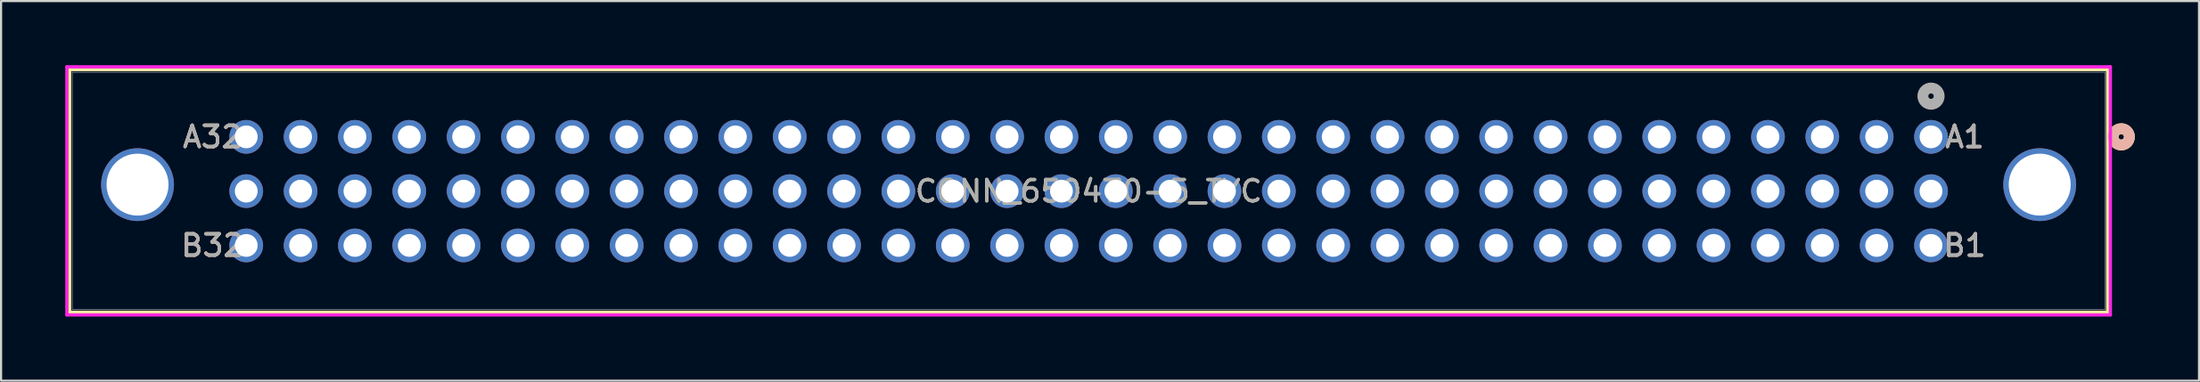
<source format=kicad_pcb>
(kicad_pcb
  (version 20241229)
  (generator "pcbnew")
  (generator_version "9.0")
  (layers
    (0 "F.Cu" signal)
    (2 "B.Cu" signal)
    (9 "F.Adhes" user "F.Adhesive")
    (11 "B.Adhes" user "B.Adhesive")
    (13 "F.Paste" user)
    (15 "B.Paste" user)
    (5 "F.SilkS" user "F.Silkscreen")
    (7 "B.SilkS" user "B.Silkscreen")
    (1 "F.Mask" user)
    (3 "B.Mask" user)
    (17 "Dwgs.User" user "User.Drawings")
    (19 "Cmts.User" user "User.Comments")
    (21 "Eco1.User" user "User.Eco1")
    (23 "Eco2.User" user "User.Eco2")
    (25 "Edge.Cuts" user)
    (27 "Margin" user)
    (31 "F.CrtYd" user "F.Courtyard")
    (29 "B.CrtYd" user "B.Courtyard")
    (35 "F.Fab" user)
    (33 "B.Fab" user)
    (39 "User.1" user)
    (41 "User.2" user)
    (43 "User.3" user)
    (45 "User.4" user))
  (footprint "CONN_650470-5_TYC"
    (layer "F.Cu")
    (at 87.198 3.353)
    (property "Reference" "CONN_650470-5_TYC" (at -39.37 2.54 0) (unlocked yes) (layer "F.SilkS") (effects (font (size 1 1) (thickness 0.15))))
    (attr through_hole)
    (fp_line (start -86.995 -3.15) (end -86.995 8.204) (stroke (width 0.152) (type solid)) (layer "F.SilkS"))
    (fp_line (start -86.995 8.204) (end 8.255 8.204) (stroke (width 0.152) (type solid)) (layer "F.SilkS"))
    (fp_line (start 8.255 -3.15) (end -86.995 -3.15) (stroke (width 0.152) (type solid)) (layer "F.SilkS"))
    (fp_line (start 8.255 8.204) (end 8.255 -3.15) (stroke (width 0.152) (type solid)) (layer "F.SilkS"))
    (fp_circle (center 8.89 0) (end 9.271 0) (stroke (width 0.508) (type solid)) (fill no) (layer "F.SilkS"))
    (fp_circle (center 8.89 0) (end 9.271 0) (stroke (width 0.508) (type solid)) (fill no) (layer "B.SilkS"))
    (fp_line (start -87.122 -3.277) (end -87.122 8.331) (stroke (width 0.152) (type solid)) (layer "F.CrtYd"))
    (fp_line (start -87.122 8.331) (end 8.382 8.331) (stroke (width 0.152) (type solid)) (layer "F.CrtYd"))
    (fp_line (start 8.382 -3.277) (end -87.122 -3.277) (stroke (width 0.152) (type solid)) (layer "F.CrtYd"))
    (fp_line (start 8.382 8.331) (end 8.382 -3.277) (stroke (width 0.152) (type solid)) (layer "F.CrtYd"))
    (fp_line (start -86.868 -3.023) (end -86.868 8.077) (stroke (width 0.025) (type solid)) (layer "F.Fab"))
    (fp_line (start -86.868 8.077) (end 8.128 8.077) (stroke (width 0.025) (type solid)) (layer "F.Fab"))
    (fp_line (start 8.128 -3.023) (end -86.868 -3.023) (stroke (width 0.025) (type solid)) (layer "F.Fab"))
    (fp_line (start 8.128 8.077) (end 8.128 -3.023) (stroke (width 0.025) (type solid)) (layer "F.Fab"))
    (fp_circle (center 0 -1.905) (end 0.381 -1.905) (stroke (width 0.508) (type solid)) (fill no) (layer "F.Fab"))
    (fp_text user "A1" (at 1.575 0 0) (unlocked yes) (layer "F.SilkS") (effects (font (size 1 1) (thickness 0.15))))
    (fp_text user "B32" (at -80.315 5.08 0) (unlocked yes) (layer "F.SilkS") (effects (font (size 1 1) (thickness 0.15))))
    (fp_text user "A32" (at -80.315 0 0) (unlocked yes) (layer "F.SilkS") (effects (font (size 1 1) (thickness 0.15))))
    (fp_text user "B1" (at 1.575 5.08 0) (unlocked yes) (layer "F.SilkS") (effects (font (size 1 1) (thickness 0.15))))
    (fp_text user "B1" (at 1.575 5.08 0) (unlocked yes) (layer "B.SilkS") (effects (font (size 1 1) (thickness 0.15))))
    (fp_text user "A1" (at 1.575 0 0) (unlocked yes) (layer "B.SilkS") (effects (font (size 1 1) (thickness 0.15))))
    (fp_text user "A32" (at -80.315 0 0) (unlocked yes) (layer "B.SilkS") (effects (font (size 1 1) (thickness 0.15))))
    (fp_text user "B32" (at -80.315 5.08 0) (unlocked yes) (layer "B.SilkS") (effects (font (size 1 1) (thickness 0.15))))
    (fp_text user "${REFERENCE}" (at -39.37 2.54 0) (unlocked yes) (layer "F.Fab") (effects (font (size 1 1) (thickness 0.15))))
    (fp_text user "B1" (at 1.575 5.08 0) (unlocked yes) (layer "F.Fab") (effects (font (size 1 1) (thickness 0.15))))
    (fp_text user "A32" (at -80.315 0 0) (unlocked yes) (layer "F.Fab") (effects (font (size 1 1) (thickness 0.15))))
    (fp_text user "A1" (at 1.575 0 0) (unlocked yes) (layer "F.Fab") (effects (font (size 1 1) (thickness 0.15))))
    (fp_text user "B32" (at -80.315 5.08 0) (unlocked yes) (layer "F.Fab") (effects (font (size 1 1) (thickness 0.15))))
    (pad "97" thru_hole circle (at -83.82 2.235) (size 3.404 3.404) (drill 2.896) (layers "*.Cu" "*.Mask"))
    (pad "98" thru_hole circle (at 5.08 2.235) (size 3.404 3.404) (drill 2.896) (layers "*.Cu" "*.Mask"))
    (pad "A1" thru_hole circle (at 0 0) (size 1.575 1.575) (drill 1.067) (layers "*.Cu" "*.Mask"))
    (pad "A2" thru_hole circle (at -2.54 0) (size 1.575 1.575) (drill 1.067) (layers "*.Cu" "*.Mask"))
    (pad "A3" thru_hole circle (at -5.08 0) (size 1.575 1.575) (drill 1.067) (layers "*.Cu" "*.Mask"))
    (pad "A4" thru_hole circle (at -7.62 0) (size 1.575 1.575) (drill 1.067) (layers "*.Cu" "*.Mask"))
    (pad "A5" thru_hole circle (at -10.16 0) (size 1.575 1.575) (drill 1.067) (layers "*.Cu" "*.Mask"))
    (pad "A6" thru_hole circle (at -12.7 0) (size 1.575 1.575) (drill 1.067) (layers "*.Cu" "*.Mask"))
    (pad "A7" thru_hole circle (at -15.24 0) (size 1.575 1.575) (drill 1.067) (layers "*.Cu" "*.Mask"))
    (pad "A8" thru_hole circle (at -17.78 0) (size 1.575 1.575) (drill 1.067) (layers "*.Cu" "*.Mask"))
    (pad "A9" thru_hole circle (at -20.32 0) (size 1.575 1.575) (drill 1.067) (layers "*.Cu" "*.Mask"))
    (pad "A10" thru_hole circle (at -22.86 0) (size 1.575 1.575) (drill 1.067) (layers "*.Cu" "*.Mask"))
    (pad "A11" thru_hole circle (at -25.4 0) (size 1.575 1.575) (drill 1.067) (layers "*.Cu" "*.Mask"))
    (pad "A12" thru_hole circle (at -27.94 0) (size 1.575 1.575) (drill 1.067) (layers "*.Cu" "*.Mask"))
    (pad "A13" thru_hole circle (at -30.48 0) (size 1.575 1.575) (drill 1.067) (layers "*.Cu" "*.Mask"))
    (pad "A14" thru_hole circle (at -33.02 0) (size 1.575 1.575) (drill 1.067) (layers "*.Cu" "*.Mask"))
    (pad "A15" thru_hole circle (at -35.56 0) (size 1.575 1.575) (drill 1.067) (layers "*.Cu" "*.Mask"))
    (pad "A16" thru_hole circle (at -38.1 0) (size 1.575 1.575) (drill 1.067) (layers "*.Cu" "*.Mask"))
    (pad "A17" thru_hole circle (at -40.64 0) (size 1.575 1.575) (drill 1.067) (layers "*.Cu" "*.Mask"))
    (pad "A18" thru_hole circle (at -43.18 0) (size 1.575 1.575) (drill 1.067) (layers "*.Cu" "*.Mask"))
    (pad "A19" thru_hole circle (at -45.72 0) (size 1.575 1.575) (drill 1.067) (layers "*.Cu" "*.Mask"))
    (pad "A20" thru_hole circle (at -48.26 0) (size 1.575 1.575) (drill 1.067) (layers "*.Cu" "*.Mask"))
    (pad "A21" thru_hole circle (at -50.8 0) (size 1.575 1.575) (drill 1.067) (layers "*.Cu" "*.Mask"))
    (pad "A22" thru_hole circle (at -53.34 0) (size 1.575 1.575) (drill 1.067) (layers "*.Cu" "*.Mask"))
    (pad "A23" thru_hole circle (at -55.88 0) (size 1.575 1.575) (drill 1.067) (layers "*.Cu" "*.Mask"))
    (pad "A24" thru_hole circle (at -58.42 0) (size 1.575 1.575) (drill 1.067) (layers "*.Cu" "*.Mask"))
    (pad "A25" thru_hole circle (at -60.96 0) (size 1.575 1.575) (drill 1.067) (layers "*.Cu" "*.Mask"))
    (pad "A26" thru_hole circle (at -63.5 0) (size 1.575 1.575) (drill 1.067) (layers "*.Cu" "*.Mask"))
    (pad "A27" thru_hole circle (at -66.04 0) (size 1.575 1.575) (drill 1.067) (layers "*.Cu" "*.Mask"))
    (pad "A28" thru_hole circle (at -68.58 0) (size 1.575 1.575) (drill 1.067) (layers "*.Cu" "*.Mask"))
    (pad "A29" thru_hole circle (at -71.12 0) (size 1.575 1.575) (drill 1.067) (layers "*.Cu" "*.Mask"))
    (pad "A30" thru_hole circle (at -73.66 0) (size 1.575 1.575) (drill 1.067) (layers "*.Cu" "*.Mask"))
    (pad "A31" thru_hole circle (at -76.2 0) (size 1.575 1.575) (drill 1.067) (layers "*.Cu" "*.Mask"))
    (pad "A32" thru_hole circle (at -78.74 0) (size 1.575 1.575) (drill 1.067) (layers "*.Cu" "*.Mask"))
    (pad "B1" thru_hole circle (at 0 2.54) (size 1.575 1.575) (drill 1.067) (layers "*.Cu" "*.Mask"))
    (pad "B2" thru_hole circle (at -2.54 2.54) (size 1.575 1.575) (drill 1.067) (layers "*.Cu" "*.Mask"))
    (pad "B3" thru_hole circle (at -5.08 2.54) (size 1.575 1.575) (drill 1.067) (layers "*.Cu" "*.Mask"))
    (pad "B4" thru_hole circle (at -7.62 2.54) (size 1.575 1.575) (drill 1.067) (layers "*.Cu" "*.Mask"))
    (pad "B5" thru_hole circle (at -10.16 2.54) (size 1.575 1.575) (drill 1.067) (layers "*.Cu" "*.Mask"))
    (pad "B6" thru_hole circle (at -12.7 2.54) (size 1.575 1.575) (drill 1.067) (layers "*.Cu" "*.Mask"))
    (pad "B7" thru_hole circle (at -15.24 2.54) (size 1.575 1.575) (drill 1.067) (layers "*.Cu" "*.Mask"))
    (pad "B8" thru_hole circle (at -17.78 2.54) (size 1.575 1.575) (drill 1.067) (layers "*.Cu" "*.Mask"))
    (pad "B9" thru_hole circle (at -20.32 2.54) (size 1.575 1.575) (drill 1.067) (layers "*.Cu" "*.Mask"))
    (pad "B10" thru_hole circle (at -22.86 2.54) (size 1.575 1.575) (drill 1.067) (layers "*.Cu" "*.Mask"))
    (pad "B11" thru_hole circle (at -25.4 2.54) (size 1.575 1.575) (drill 1.067) (layers "*.Cu" "*.Mask"))
    (pad "B12" thru_hole circle (at -27.94 2.54) (size 1.575 1.575) (drill 1.067) (layers "*.Cu" "*.Mask"))
    (pad "B13" thru_hole circle (at -30.48 2.54) (size 1.575 1.575) (drill 1.067) (layers "*.Cu" "*.Mask"))
    (pad "B14" thru_hole circle (at -33.02 2.54) (size 1.575 1.575) (drill 1.067) (layers "*.Cu" "*.Mask"))
    (pad "B15" thru_hole circle (at -35.56 2.54) (size 1.575 1.575) (drill 1.067) (layers "*.Cu" "*.Mask"))
    (pad "B16" thru_hole circle (at -38.1 2.54) (size 1.575 1.575) (drill 1.067) (layers "*.Cu" "*.Mask"))
    (pad "B17" thru_hole circle (at -40.64 2.54) (size 1.575 1.575) (drill 1.067) (layers "*.Cu" "*.Mask"))
    (pad "B18" thru_hole circle (at -43.18 2.54) (size 1.575 1.575) (drill 1.067) (layers "*.Cu" "*.Mask"))
    (pad "B19" thru_hole circle (at -45.72 2.54) (size 1.575 1.575) (drill 1.067) (layers "*.Cu" "*.Mask"))
    (pad "B20" thru_hole circle (at -48.26 2.54) (size 1.575 1.575) (drill 1.067) (layers "*.Cu" "*.Mask"))
    (pad "B21" thru_hole circle (at -50.8 2.54) (size 1.575 1.575) (drill 1.067) (layers "*.Cu" "*.Mask"))
    (pad "B22" thru_hole circle (at -53.34 2.54) (size 1.575 1.575) (drill 1.067) (layers "*.Cu" "*.Mask"))
    (pad "B23" thru_hole circle (at -55.88 2.54) (size 1.575 1.575) (drill 1.067) (layers "*.Cu" "*.Mask"))
    (pad "B24" thru_hole circle (at -58.42 2.54) (size 1.575 1.575) (drill 1.067) (layers "*.Cu" "*.Mask"))
    (pad "B25" thru_hole circle (at -60.96 2.54) (size 1.575 1.575) (drill 1.067) (layers "*.Cu" "*.Mask"))
    (pad "B26" thru_hole circle (at -63.5 2.54) (size 1.575 1.575) (drill 1.067) (layers "*.Cu" "*.Mask"))
    (pad "B27" thru_hole circle (at -66.04 2.54) (size 1.575 1.575) (drill 1.067) (layers "*.Cu" "*.Mask"))
    (pad "B28" thru_hole circle (at -68.58 2.54) (size 1.575 1.575) (drill 1.067) (layers "*.Cu" "*.Mask"))
    (pad "B29" thru_hole circle (at -71.12 2.54) (size 1.575 1.575) (drill 1.067) (layers "*.Cu" "*.Mask"))
    (pad "B30" thru_hole circle (at -73.66 2.54) (size 1.575 1.575) (drill 1.067) (layers "*.Cu" "*.Mask"))
    (pad "B31" thru_hole circle (at -76.2 2.54) (size 1.575 1.575) (drill 1.067) (layers "*.Cu" "*.Mask"))
    (pad "B32" thru_hole circle (at -78.74 2.54) (size 1.575 1.575) (drill 1.067) (layers "*.Cu" "*.Mask"))
    (pad "C1" thru_hole circle (at 0 5.08) (size 1.575 1.575) (drill 1.067) (layers "*.Cu" "*.Mask"))
    (pad "C2" thru_hole circle (at -2.54 5.08) (size 1.575 1.575) (drill 1.067) (layers "*.Cu" "*.Mask"))
    (pad "C3" thru_hole circle (at -5.08 5.08) (size 1.575 1.575) (drill 1.067) (layers "*.Cu" "*.Mask"))
    (pad "C4" thru_hole circle (at -7.62 5.08) (size 1.575 1.575) (drill 1.067) (layers "*.Cu" "*.Mask"))
    (pad "C5" thru_hole circle (at -10.16 5.08) (size 1.575 1.575) (drill 1.067) (layers "*.Cu" "*.Mask"))
    (pad "C6" thru_hole circle (at -12.7 5.08) (size 1.575 1.575) (drill 1.067) (layers "*.Cu" "*.Mask"))
    (pad "C7" thru_hole circle (at -15.24 5.08) (size 1.575 1.575) (drill 1.067) (layers "*.Cu" "*.Mask"))
    (pad "C8" thru_hole circle (at -17.78 5.08) (size 1.575 1.575) (drill 1.067) (layers "*.Cu" "*.Mask"))
    (pad "C9" thru_hole circle (at -20.32 5.08) (size 1.575 1.575) (drill 1.067) (layers "*.Cu" "*.Mask"))
    (pad "C10" thru_hole circle (at -22.86 5.08) (size 1.575 1.575) (drill 1.067) (layers "*.Cu" "*.Mask"))
    (pad "C11" thru_hole circle (at -25.4 5.08) (size 1.575 1.575) (drill 1.067) (layers "*.Cu" "*.Mask"))
    (pad "C12" thru_hole circle (at -27.94 5.08) (size 1.575 1.575) (drill 1.067) (layers "*.Cu" "*.Mask"))
    (pad "C13" thru_hole circle (at -30.48 5.08) (size 1.575 1.575) (drill 1.067) (layers "*.Cu" "*.Mask"))
    (pad "C14" thru_hole circle (at -33.02 5.08) (size 1.575 1.575) (drill 1.067) (layers "*.Cu" "*.Mask"))
    (pad "C15" thru_hole circle (at -35.56 5.08) (size 1.575 1.575) (drill 1.067) (layers "*.Cu" "*.Mask"))
    (pad "C16" thru_hole circle (at -38.1 5.08) (size 1.575 1.575) (drill 1.067) (layers "*.Cu" "*.Mask"))
    (pad "C17" thru_hole circle (at -40.64 5.08) (size 1.575 1.575) (drill 1.067) (layers "*.Cu" "*.Mask"))
    (pad "C18" thru_hole circle (at -43.18 5.08) (size 1.575 1.575) (drill 1.067) (layers "*.Cu" "*.Mask"))
    (pad "C19" thru_hole circle (at -45.72 5.08) (size 1.575 1.575) (drill 1.067) (layers "*.Cu" "*.Mask"))
    (pad "C20" thru_hole circle (at -48.26 5.08) (size 1.575 1.575) (drill 1.067) (layers "*.Cu" "*.Mask"))
    (pad "C21" thru_hole circle (at -50.8 5.08) (size 1.575 1.575) (drill 1.067) (layers "*.Cu" "*.Mask"))
    (pad "C22" thru_hole circle (at -53.34 5.08) (size 1.575 1.575) (drill 1.067) (layers "*.Cu" "*.Mask"))
    (pad "C23" thru_hole circle (at -55.88 5.08) (size 1.575 1.575) (drill 1.067) (layers "*.Cu" "*.Mask"))
    (pad "C24" thru_hole circle (at -58.42 5.08) (size 1.575 1.575) (drill 1.067) (layers "*.Cu" "*.Mask"))
    (pad "C25" thru_hole circle (at -60.96 5.08) (size 1.575 1.575) (drill 1.067) (layers "*.Cu" "*.Mask"))
    (pad "C26" thru_hole circle (at -63.5 5.08) (size 1.575 1.575) (drill 1.067) (layers "*.Cu" "*.Mask"))
    (pad "C27" thru_hole circle (at -66.04 5.08) (size 1.575 1.575) (drill 1.067) (layers "*.Cu" "*.Mask"))
    (pad "C28" thru_hole circle (at -68.58 5.08) (size 1.575 1.575) (drill 1.067) (layers "*.Cu" "*.Mask"))
    (pad "C29" thru_hole circle (at -71.12 5.08) (size 1.575 1.575) (drill 1.067) (layers "*.Cu" "*.Mask"))
    (pad "C30" thru_hole circle (at -73.66 5.08) (size 1.575 1.575) (drill 1.067) (layers "*.Cu" "*.Mask"))
    (pad "C31" thru_hole circle (at -76.2 5.08) (size 1.575 1.575) (drill 1.067) (layers "*.Cu" "*.Mask"))
    (pad "C32" thru_hole circle (at -78.74 5.08) (size 1.575 1.575) (drill 1.067) (layers "*.Cu" "*.Mask")))
  (gr_rect
    (start -3 -3)
    (end 99.723 14.76)
    (stroke (width 0.1) (type default))
    (fill no)
    (layer "Edge.Cuts")))
</source>
